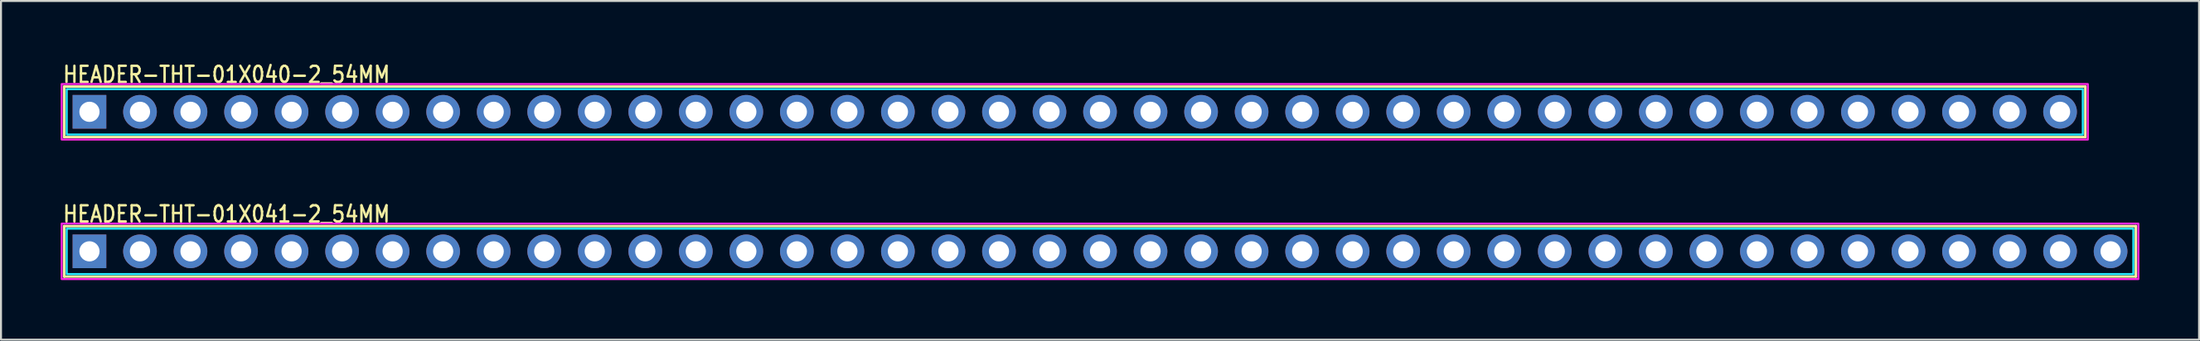
<source format=kicad_pcb>
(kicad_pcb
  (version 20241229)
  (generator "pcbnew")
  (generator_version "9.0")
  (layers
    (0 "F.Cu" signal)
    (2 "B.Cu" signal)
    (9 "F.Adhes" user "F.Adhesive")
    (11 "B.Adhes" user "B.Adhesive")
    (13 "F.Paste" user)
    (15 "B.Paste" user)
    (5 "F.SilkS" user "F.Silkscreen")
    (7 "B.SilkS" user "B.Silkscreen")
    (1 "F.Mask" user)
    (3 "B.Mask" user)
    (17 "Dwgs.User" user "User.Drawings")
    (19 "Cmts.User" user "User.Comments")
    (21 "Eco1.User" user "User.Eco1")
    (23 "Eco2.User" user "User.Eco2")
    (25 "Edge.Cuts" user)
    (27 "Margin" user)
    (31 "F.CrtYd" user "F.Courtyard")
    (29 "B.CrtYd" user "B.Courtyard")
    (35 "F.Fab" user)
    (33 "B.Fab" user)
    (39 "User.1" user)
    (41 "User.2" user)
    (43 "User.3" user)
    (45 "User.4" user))
  (footprint "HEADER-THT-01X040-2_54MM"
    (layer "F.Cu")
    (at 1.447 2.579)
    (property "Reference" "HEADER-THT-01X040-2_54MM" (at -1.4 -1.4 0) (unlocked yes) (layer "F.SilkS") (effects (font (size 0.813 0.695) (thickness 0.122)) (justify left bottom)))
    (fp_line (start -1.27 -1.27) (end -1.27 1.27) (stroke (width 0.127) (type solid)) (layer "F.SilkS"))
    (fp_line (start -1.27 1.27) (end 100.33 1.27) (stroke (width 0.127) (type solid)) (layer "F.SilkS"))
    (fp_line (start 100.33 -1.27) (end -1.27 -1.27) (stroke (width 0.127) (type solid)) (layer "F.SilkS"))
    (fp_line (start 100.33 1.27) (end 100.33 -1.27) (stroke (width 0.127) (type solid)) (layer "F.SilkS"))
    (fp_poly (pts (xy -1.143 -1.143) (xy 100.203 -1.143) (xy 100.203 1.143) (xy -1.143 1.143)) (stroke (width 0.1) (type solid)) (fill no) (layer "B.CrtYd"))
    (fp_poly (pts (xy -1.397 -1.397) (xy 100.457 -1.397) (xy 100.457 1.397) (xy -1.397 1.397)) (stroke (width 0.1) (type solid)) (fill no) (layer "F.CrtYd"))
    (pad "P$1" thru_hole rect (at 0 0) (size 1.693 1.693) (drill 1.016) (layers "*.Cu" "*.Mask"))
    (pad "P$2" thru_hole oval (at 2.54 0) (size 1.693 1.693) (drill 1.016) (layers "*.Cu" "*.Mask"))
    (pad "P$3" thru_hole oval (at 5.08 0) (size 1.693 1.693) (drill 1.016) (layers "*.Cu" "*.Mask"))
    (pad "P$4" thru_hole oval (at 7.62 0) (size 1.693 1.693) (drill 1.016) (layers "*.Cu" "*.Mask"))
    (pad "P$5" thru_hole oval (at 10.16 0) (size 1.693 1.693) (drill 1.016) (layers "*.Cu" "*.Mask"))
    (pad "P$6" thru_hole oval (at 12.7 0) (size 1.693 1.693) (drill 1.016) (layers "*.Cu" "*.Mask"))
    (pad "P$7" thru_hole oval (at 15.24 0) (size 1.693 1.693) (drill 1.016) (layers "*.Cu" "*.Mask"))
    (pad "P$8" thru_hole oval (at 17.78 0) (size 1.693 1.693) (drill 1.016) (layers "*.Cu" "*.Mask"))
    (pad "P$9" thru_hole oval (at 20.32 0) (size 1.693 1.693) (drill 1.016) (layers "*.Cu" "*.Mask"))
    (pad "P$10" thru_hole oval (at 22.86 0) (size 1.693 1.693) (drill 1.016) (layers "*.Cu" "*.Mask"))
    (pad "P$11" thru_hole oval (at 25.4 0) (size 1.693 1.693) (drill 1.016) (layers "*.Cu" "*.Mask"))
    (pad "P$12" thru_hole oval (at 27.94 0) (size 1.693 1.693) (drill 1.016) (layers "*.Cu" "*.Mask"))
    (pad "P$13" thru_hole oval (at 30.48 0) (size 1.693 1.693) (drill 1.016) (layers "*.Cu" "*.Mask"))
    (pad "P$14" thru_hole oval (at 33.02 0) (size 1.693 1.693) (drill 1.016) (layers "*.Cu" "*.Mask"))
    (pad "P$15" thru_hole oval (at 35.56 0) (size 1.693 1.693) (drill 1.016) (layers "*.Cu" "*.Mask"))
    (pad "P$16" thru_hole oval (at 38.1 0) (size 1.693 1.693) (drill 1.016) (layers "*.Cu" "*.Mask"))
    (pad "P$17" thru_hole oval (at 40.64 0) (size 1.693 1.693) (drill 1.016) (layers "*.Cu" "*.Mask"))
    (pad "P$18" thru_hole oval (at 43.18 0) (size 1.693 1.693) (drill 1.016) (layers "*.Cu" "*.Mask"))
    (pad "P$19" thru_hole oval (at 45.72 0) (size 1.693 1.693) (drill 1.016) (layers "*.Cu" "*.Mask"))
    (pad "P$20" thru_hole oval (at 48.26 0) (size 1.693 1.693) (drill 1.016) (layers "*.Cu" "*.Mask"))
    (pad "P$21" thru_hole oval (at 50.8 0) (size 1.693 1.693) (drill 1.016) (layers "*.Cu" "*.Mask"))
    (pad "P$22" thru_hole oval (at 53.34 0) (size 1.693 1.693) (drill 1.016) (layers "*.Cu" "*.Mask"))
    (pad "P$23" thru_hole oval (at 55.88 0) (size 1.693 1.693) (drill 1.016) (layers "*.Cu" "*.Mask"))
    (pad "P$24" thru_hole oval (at 58.42 0) (size 1.693 1.693) (drill 1.016) (layers "*.Cu" "*.Mask"))
    (pad "P$25" thru_hole oval (at 60.96 0) (size 1.693 1.693) (drill 1.016) (layers "*.Cu" "*.Mask"))
    (pad "P$26" thru_hole oval (at 63.5 0) (size 1.693 1.693) (drill 1.016) (layers "*.Cu" "*.Mask"))
    (pad "P$27" thru_hole oval (at 66.04 0) (size 1.693 1.693) (drill 1.016) (layers "*.Cu" "*.Mask"))
    (pad "P$28" thru_hole oval (at 68.58 0) (size 1.693 1.693) (drill 1.016) (layers "*.Cu" "*.Mask"))
    (pad "P$29" thru_hole oval (at 71.12 0) (size 1.693 1.693) (drill 1.016) (layers "*.Cu" "*.Mask"))
    (pad "P$30" thru_hole oval (at 73.66 0) (size 1.693 1.693) (drill 1.016) (layers "*.Cu" "*.Mask"))
    (pad "P$31" thru_hole oval (at 76.2 0) (size 1.693 1.693) (drill 1.016) (layers "*.Cu" "*.Mask"))
    (pad "P$32" thru_hole oval (at 78.74 0) (size 1.693 1.693) (drill 1.016) (layers "*.Cu" "*.Mask"))
    (pad "P$33" thru_hole oval (at 81.28 0) (size 1.693 1.693) (drill 1.016) (layers "*.Cu" "*.Mask"))
    (pad "P$34" thru_hole oval (at 83.82 0) (size 1.693 1.693) (drill 1.016) (layers "*.Cu" "*.Mask"))
    (pad "P$35" thru_hole oval (at 86.36 0) (size 1.693 1.693) (drill 1.016) (layers "*.Cu" "*.Mask"))
    (pad "P$36" thru_hole oval (at 88.9 0) (size 1.693 1.693) (drill 1.016) (layers "*.Cu" "*.Mask"))
    (pad "P$37" thru_hole oval (at 91.44 0) (size 1.693 1.693) (drill 1.016) (layers "*.Cu" "*.Mask"))
    (pad "P$38" thru_hole oval (at 93.98 0) (size 1.693 1.693) (drill 1.016) (layers "*.Cu" "*.Mask"))
    (pad "P$39" thru_hole oval (at 96.52 0) (size 1.693 1.693) (drill 1.016) (layers "*.Cu" "*.Mask"))
    (pad "P$40" thru_hole oval (at 99.06 0) (size 1.693 1.693) (drill 1.016) (layers "*.Cu" "*.Mask")))
  (footprint "HEADER-THT-01X041-2_54MM"
    (layer "F.Cu")
    (at 1.447 9.604)
    (property "Reference" "HEADER-THT-01X041-2_54MM" (at -1.4 -1.4 0) (unlocked yes) (layer "F.SilkS") (effects (font (size 0.813 0.695) (thickness 0.122)) (justify left bottom)))
    (fp_line (start -1.27 -1.27) (end -1.27 1.27) (stroke (width 0.127) (type solid)) (layer "F.SilkS"))
    (fp_line (start -1.27 1.27) (end 102.87 1.27) (stroke (width 0.127) (type solid)) (layer "F.SilkS"))
    (fp_line (start 102.87 -1.27) (end -1.27 -1.27) (stroke (width 0.127) (type solid)) (layer "F.SilkS"))
    (fp_line (start 102.87 1.27) (end 102.87 -1.27) (stroke (width 0.127) (type solid)) (layer "F.SilkS"))
    (fp_poly (pts (xy -1.143 -1.143) (xy 102.743 -1.143) (xy 102.743 1.143) (xy -1.143 1.143)) (stroke (width 0.1) (type solid)) (fill no) (layer "B.CrtYd"))
    (fp_poly (pts (xy -1.397 -1.397) (xy 102.997 -1.397) (xy 102.997 1.397) (xy -1.397 1.397)) (stroke (width 0.1) (type solid)) (fill no) (layer "F.CrtYd"))
    (pad "P$1" thru_hole rect (at 0 0) (size 1.693 1.693) (drill 1.016) (layers "*.Cu" "*.Mask"))
    (pad "P$2" thru_hole oval (at 2.54 0) (size 1.693 1.693) (drill 1.016) (layers "*.Cu" "*.Mask"))
    (pad "P$3" thru_hole oval (at 5.08 0) (size 1.693 1.693) (drill 1.016) (layers "*.Cu" "*.Mask"))
    (pad "P$4" thru_hole oval (at 7.62 0) (size 1.693 1.693) (drill 1.016) (layers "*.Cu" "*.Mask"))
    (pad "P$5" thru_hole oval (at 10.16 0) (size 1.693 1.693) (drill 1.016) (layers "*.Cu" "*.Mask"))
    (pad "P$6" thru_hole oval (at 12.7 0) (size 1.693 1.693) (drill 1.016) (layers "*.Cu" "*.Mask"))
    (pad "P$7" thru_hole oval (at 15.24 0) (size 1.693 1.693) (drill 1.016) (layers "*.Cu" "*.Mask"))
    (pad "P$8" thru_hole oval (at 17.78 0) (size 1.693 1.693) (drill 1.016) (layers "*.Cu" "*.Mask"))
    (pad "P$9" thru_hole oval (at 20.32 0) (size 1.693 1.693) (drill 1.016) (layers "*.Cu" "*.Mask"))
    (pad "P$10" thru_hole oval (at 22.86 0) (size 1.693 1.693) (drill 1.016) (layers "*.Cu" "*.Mask"))
    (pad "P$11" thru_hole oval (at 25.4 0) (size 1.693 1.693) (drill 1.016) (layers "*.Cu" "*.Mask"))
    (pad "P$12" thru_hole oval (at 27.94 0) (size 1.693 1.693) (drill 1.016) (layers "*.Cu" "*.Mask"))
    (pad "P$13" thru_hole oval (at 30.48 0) (size 1.693 1.693) (drill 1.016) (layers "*.Cu" "*.Mask"))
    (pad "P$14" thru_hole oval (at 33.02 0) (size 1.693 1.693) (drill 1.016) (layers "*.Cu" "*.Mask"))
    (pad "P$15" thru_hole oval (at 35.56 0) (size 1.693 1.693) (drill 1.016) (layers "*.Cu" "*.Mask"))
    (pad "P$16" thru_hole oval (at 38.1 0) (size 1.693 1.693) (drill 1.016) (layers "*.Cu" "*.Mask"))
    (pad "P$17" thru_hole oval (at 40.64 0) (size 1.693 1.693) (drill 1.016) (layers "*.Cu" "*.Mask"))
    (pad "P$18" thru_hole oval (at 43.18 0) (size 1.693 1.693) (drill 1.016) (layers "*.Cu" "*.Mask"))
    (pad "P$19" thru_hole oval (at 45.72 0) (size 1.693 1.693) (drill 1.016) (layers "*.Cu" "*.Mask"))
    (pad "P$20" thru_hole oval (at 48.26 0) (size 1.693 1.693) (drill 1.016) (layers "*.Cu" "*.Mask"))
    (pad "P$21" thru_hole oval (at 50.8 0) (size 1.693 1.693) (drill 1.016) (layers "*.Cu" "*.Mask"))
    (pad "P$22" thru_hole oval (at 53.34 0) (size 1.693 1.693) (drill 1.016) (layers "*.Cu" "*.Mask"))
    (pad "P$23" thru_hole oval (at 55.88 0) (size 1.693 1.693) (drill 1.016) (layers "*.Cu" "*.Mask"))
    (pad "P$24" thru_hole oval (at 58.42 0) (size 1.693 1.693) (drill 1.016) (layers "*.Cu" "*.Mask"))
    (pad "P$25" thru_hole oval (at 60.96 0) (size 1.693 1.693) (drill 1.016) (layers "*.Cu" "*.Mask"))
    (pad "P$26" thru_hole oval (at 63.5 0) (size 1.693 1.693) (drill 1.016) (layers "*.Cu" "*.Mask"))
    (pad "P$27" thru_hole oval (at 66.04 0) (size 1.693 1.693) (drill 1.016) (layers "*.Cu" "*.Mask"))
    (pad "P$28" thru_hole oval (at 68.58 0) (size 1.693 1.693) (drill 1.016) (layers "*.Cu" "*.Mask"))
    (pad "P$29" thru_hole oval (at 71.12 0) (size 1.693 1.693) (drill 1.016) (layers "*.Cu" "*.Mask"))
    (pad "P$30" thru_hole oval (at 73.66 0) (size 1.693 1.693) (drill 1.016) (layers "*.Cu" "*.Mask"))
    (pad "P$31" thru_hole oval (at 76.2 0) (size 1.693 1.693) (drill 1.016) (layers "*.Cu" "*.Mask"))
    (pad "P$32" thru_hole oval (at 78.74 0) (size 1.693 1.693) (drill 1.016) (layers "*.Cu" "*.Mask"))
    (pad "P$33" thru_hole oval (at 81.28 0) (size 1.693 1.693) (drill 1.016) (layers "*.Cu" "*.Mask"))
    (pad "P$34" thru_hole oval (at 83.82 0) (size 1.693 1.693) (drill 1.016) (layers "*.Cu" "*.Mask"))
    (pad "P$35" thru_hole oval (at 86.36 0) (size 1.693 1.693) (drill 1.016) (layers "*.Cu" "*.Mask"))
    (pad "P$36" thru_hole oval (at 88.9 0) (size 1.693 1.693) (drill 1.016) (layers "*.Cu" "*.Mask"))
    (pad "P$37" thru_hole oval (at 91.44 0) (size 1.693 1.693) (drill 1.016) (layers "*.Cu" "*.Mask"))
    (pad "P$38" thru_hole oval (at 93.98 0) (size 1.693 1.693) (drill 1.016) (layers "*.Cu" "*.Mask"))
    (pad "P$39" thru_hole oval (at 96.52 0) (size 1.693 1.693) (drill 1.016) (layers "*.Cu" "*.Mask"))
    (pad "P$40" thru_hole oval (at 99.06 0) (size 1.693 1.693) (drill 1.016) (layers "*.Cu" "*.Mask"))
    (pad "P$41" thru_hole oval (at 101.6 0) (size 1.693 1.693) (drill 1.016) (layers "*.Cu" "*.Mask")))
  (gr_rect
    (start -3 -3)
    (end 107.494 14.051)
    (stroke (width 0.1) (type default))
    (fill no)
    (layer "Edge.Cuts")))
</source>
